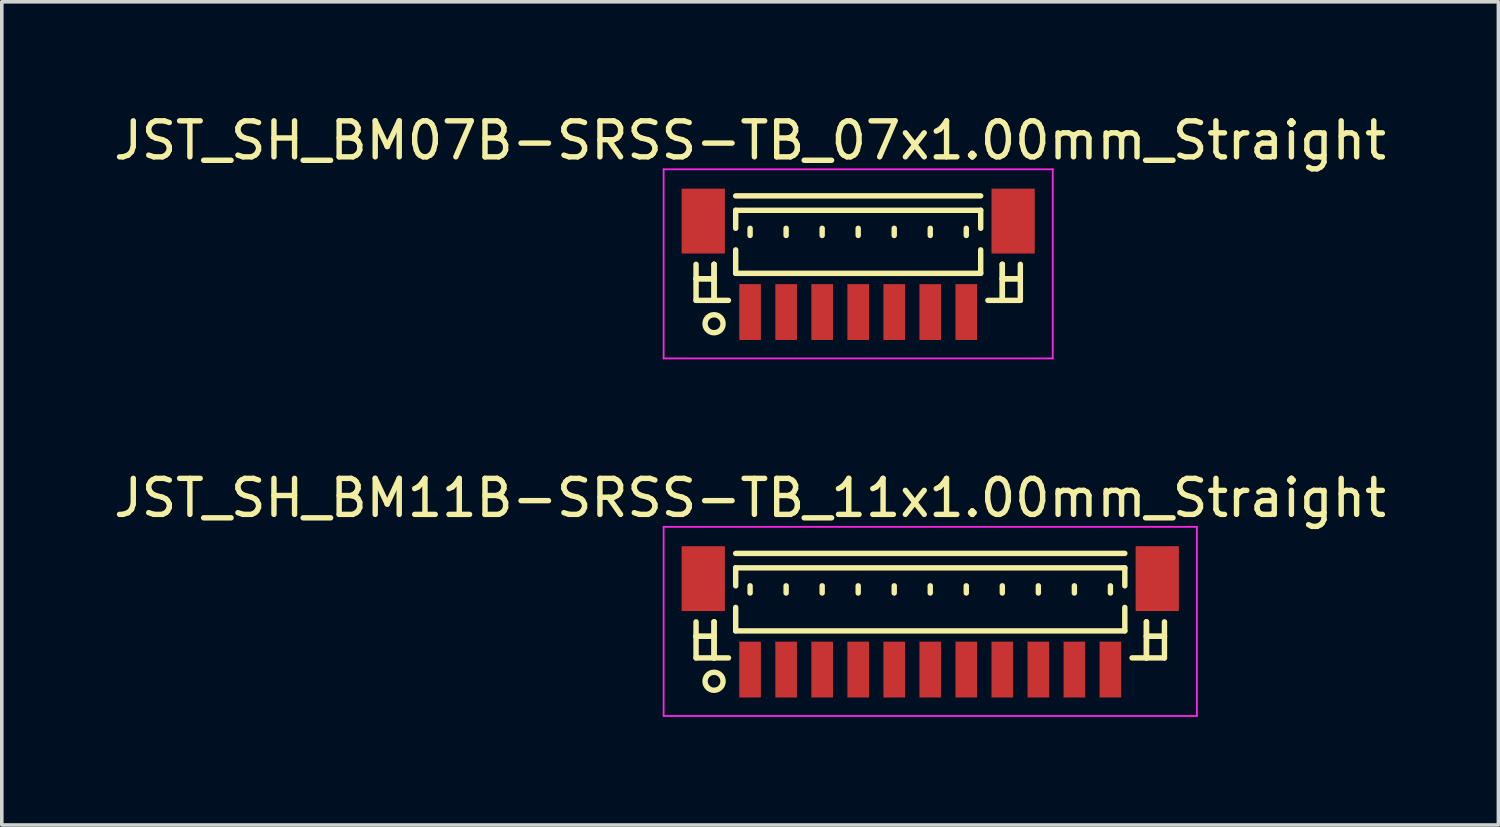
<source format=kicad_pcb>
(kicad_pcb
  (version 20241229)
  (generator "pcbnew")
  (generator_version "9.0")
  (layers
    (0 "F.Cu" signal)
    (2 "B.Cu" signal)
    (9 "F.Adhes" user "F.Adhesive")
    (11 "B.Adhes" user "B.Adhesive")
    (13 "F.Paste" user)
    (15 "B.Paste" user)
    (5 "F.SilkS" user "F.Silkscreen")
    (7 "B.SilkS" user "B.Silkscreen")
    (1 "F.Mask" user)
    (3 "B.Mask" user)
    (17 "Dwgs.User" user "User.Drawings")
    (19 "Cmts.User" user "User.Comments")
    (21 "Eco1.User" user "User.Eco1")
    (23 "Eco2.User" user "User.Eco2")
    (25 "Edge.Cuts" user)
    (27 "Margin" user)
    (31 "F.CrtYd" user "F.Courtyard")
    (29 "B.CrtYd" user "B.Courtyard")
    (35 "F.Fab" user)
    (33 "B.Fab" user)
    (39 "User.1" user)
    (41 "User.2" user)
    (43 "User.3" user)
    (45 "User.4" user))
  (footprint "JST_SH_BM11B-SRSS-TB_11x1.00mm_Straight"
    (layer "F.Cu")
    (at 22.768 14.271)
    (property "Reference" "JST_SH_BM11B-SRSS-TB_11x1.00mm_Straight" (at -5 -3.5 0) (layer "F.SilkS") (effects (font (size 1 1) (thickness 0.15))))
    (attr smd)
    (fp_line (start -6.5 -0.062) (end -6.5 0.938) (stroke (width 0.15) (type solid)) (layer "F.SilkS"))
    (fp_line (start -6.5 0.338) (end -6.5 0.338) (stroke (width 0.15) (type solid)) (layer "F.SilkS"))
    (fp_line (start -6.5 0.338) (end -6 0.338) (stroke (width 0.15) (type solid)) (layer "F.SilkS"))
    (fp_line (start -6.5 0.938) (end -5.6 0.938) (stroke (width 0.15) (type solid)) (layer "F.SilkS"))
    (fp_line (start -6 -0.062) (end -6 -0.062) (stroke (width 0.15) (type solid)) (layer "F.SilkS"))
    (fp_line (start -6 -0.062) (end -6 0.938) (stroke (width 0.15) (type solid)) (layer "F.SilkS"))
    (fp_line (start -6 0.338) (end -6.5 0.338) (stroke (width 0.15) (type solid)) (layer "F.SilkS"))
    (fp_line (start -6 0.338) (end -6 0.338) (stroke (width 0.15) (type solid)) (layer "F.SilkS"))
    (fp_line (start -6 0.938) (end -6 -0.062) (stroke (width 0.15) (type solid)) (layer "F.SilkS"))
    (fp_line (start -6 0.938) (end -6 0.938) (stroke (width 0.15) (type solid)) (layer "F.SilkS"))
    (fp_line (start -5.4 -1.962) (end 5.4 -1.962) (stroke (width 0.15) (type solid)) (layer "F.SilkS"))
    (fp_line (start -5.4 -1.562) (end 5.4 -1.562) (stroke (width 0.15) (type solid)) (layer "F.SilkS"))
    (fp_line (start -5.4 -1.062) (end -5.4 -1.562) (stroke (width 0.15) (type solid)) (layer "F.SilkS"))
    (fp_line (start -5.4 -0.463) (end -5.4 0.188) (stroke (width 0.15) (type solid)) (layer "F.SilkS"))
    (fp_line (start -5.4 0.188) (end 5.4 0.188) (stroke (width 0.15) (type solid)) (layer "F.SilkS"))
    (fp_line (start -5 -1.062) (end -5 -0.863) (stroke (width 0.15) (type solid)) (layer "F.SilkS"))
    (fp_line (start -4 -1.062) (end -4 -0.863) (stroke (width 0.15) (type solid)) (layer "F.SilkS"))
    (fp_line (start -3 -1.062) (end -3 -0.863) (stroke (width 0.15) (type solid)) (layer "F.SilkS"))
    (fp_line (start -2 -1.062) (end -2 -0.863) (stroke (width 0.15) (type solid)) (layer "F.SilkS"))
    (fp_line (start -1 -1.062) (end -1 -0.863) (stroke (width 0.15) (type solid)) (layer "F.SilkS"))
    (fp_line (start 0 -1.062) (end 0 -0.863) (stroke (width 0.15) (type solid)) (layer "F.SilkS"))
    (fp_line (start 1 -1.062) (end 1 -0.863) (stroke (width 0.15) (type solid)) (layer "F.SilkS"))
    (fp_line (start 2 -1.062) (end 2 -0.863) (stroke (width 0.15) (type solid)) (layer "F.SilkS"))
    (fp_line (start 3 -1.062) (end 3 -0.863) (stroke (width 0.15) (type solid)) (layer "F.SilkS"))
    (fp_line (start 4 -1.062) (end 4 -0.863) (stroke (width 0.15) (type solid)) (layer "F.SilkS"))
    (fp_line (start 5 -1.062) (end 5 -0.863) (stroke (width 0.15) (type solid)) (layer "F.SilkS"))
    (fp_line (start 5.4 -1.562) (end 5.4 -1.062) (stroke (width 0.15) (type solid)) (layer "F.SilkS"))
    (fp_line (start 5.4 0.188) (end 5.4 -0.463) (stroke (width 0.15) (type solid)) (layer "F.SilkS"))
    (fp_line (start 6 -0.062) (end 6 -0.062) (stroke (width 0.15) (type solid)) (layer "F.SilkS"))
    (fp_line (start 6 -0.062) (end 6 0.938) (stroke (width 0.15) (type solid)) (layer "F.SilkS"))
    (fp_line (start 6 0.338) (end 6 0.338) (stroke (width 0.15) (type solid)) (layer "F.SilkS"))
    (fp_line (start 6 0.338) (end 6.5 0.338) (stroke (width 0.15) (type solid)) (layer "F.SilkS"))
    (fp_line (start 6 0.938) (end 6 -0.062) (stroke (width 0.15) (type solid)) (layer "F.SilkS"))
    (fp_line (start 6 0.938) (end 6 0.938) (stroke (width 0.15) (type solid)) (layer "F.SilkS"))
    (fp_line (start 6.5 -0.062) (end 6.5 0.938) (stroke (width 0.15) (type solid)) (layer "F.SilkS"))
    (fp_line (start 6.5 0.338) (end 6 0.338) (stroke (width 0.15) (type solid)) (layer "F.SilkS"))
    (fp_line (start 6.5 0.338) (end 6.5 0.338) (stroke (width 0.15) (type solid)) (layer "F.SilkS"))
    (fp_line (start 6.5 0.938) (end 5.6 0.938) (stroke (width 0.15) (type solid)) (layer "F.SilkS"))
    (fp_circle (center -6 1.587) (end -5.75 1.587) (stroke (width 0.15) (type solid)) (fill no) (layer "F.SilkS"))
    (fp_line (start -7.4 -2.7) (end 7.4 -2.7) (stroke (width 0.05) (type solid)) (layer "F.CrtYd"))
    (fp_line (start -7.4 2.55) (end -7.4 -2.7) (stroke (width 0.05) (type solid)) (layer "F.CrtYd"))
    (fp_line (start 7.4 -2.7) (end 7.4 2.55) (stroke (width 0.05) (type solid)) (layer "F.CrtYd"))
    (fp_line (start 7.4 2.55) (end -7.4 2.55) (stroke (width 0.05) (type solid)) (layer "F.CrtYd"))
    (pad "" smd rect (at -6.3 -1.262) (size 1.2 1.8) (layers "F.Cu" "F.Mask" "F.Paste"))
    (pad "" smd rect (at 6.3 -1.262) (size 1.2 1.8) (layers "F.Cu" "F.Mask" "F.Paste"))
    (pad "1" smd rect (at -5 1.262) (size 0.6 1.55) (layers "F.Cu" "F.Mask" "F.Paste"))
    (pad "2" smd rect (at -4 1.262) (size 0.6 1.55) (layers "F.Cu" "F.Mask" "F.Paste"))
    (pad "3" smd rect (at -3 1.262) (size 0.6 1.55) (layers "F.Cu" "F.Mask" "F.Paste"))
    (pad "4" smd rect (at -2 1.262) (size 0.6 1.55) (layers "F.Cu" "F.Mask" "F.Paste"))
    (pad "5" smd rect (at -1 1.262) (size 0.6 1.55) (layers "F.Cu" "F.Mask" "F.Paste"))
    (pad "6" smd rect (at 0 1.262) (size 0.6 1.55) (layers "F.Cu" "F.Mask" "F.Paste"))
    (pad "7" smd rect (at 1 1.262) (size 0.6 1.55) (layers "F.Cu" "F.Mask" "F.Paste"))
    (pad "8" smd rect (at 2 1.262) (size 0.6 1.55) (layers "F.Cu" "F.Mask" "F.Paste"))
    (pad "9" smd rect (at 3 1.262) (size 0.6 1.55) (layers "F.Cu" "F.Mask" "F.Paste"))
    (pad "10" smd rect (at 4 1.262) (size 0.6 1.55) (layers "F.Cu" "F.Mask" "F.Paste"))
    (pad "11" smd rect (at 5 1.262) (size 0.6 1.55) (layers "F.Cu" "F.Mask" "F.Paste")))
  (footprint "JST_SH_BM07B-SRSS-TB_07x1.00mm_Straight"
    (layer "F.Cu")
    (at 20.768 4.348)
    (property "Reference" "JST_SH_BM07B-SRSS-TB_07x1.00mm_Straight" (at -3 -3.5 0) (layer "F.SilkS") (effects (font (size 1 1) (thickness 0.15))))
    (attr smd)
    (fp_line (start -4.5 -0.062) (end -4.5 0.938) (stroke (width 0.15) (type solid)) (layer "F.SilkS"))
    (fp_line (start -4.5 0.338) (end -4.5 0.338) (stroke (width 0.15) (type solid)) (layer "F.SilkS"))
    (fp_line (start -4.5 0.338) (end -4 0.338) (stroke (width 0.15) (type solid)) (layer "F.SilkS"))
    (fp_line (start -4.5 0.938) (end -3.6 0.938) (stroke (width 0.15) (type solid)) (layer "F.SilkS"))
    (fp_line (start -4 -0.062) (end -4 -0.062) (stroke (width 0.15) (type solid)) (layer "F.SilkS"))
    (fp_line (start -4 -0.062) (end -4 0.938) (stroke (width 0.15) (type solid)) (layer "F.SilkS"))
    (fp_line (start -4 0.338) (end -4.5 0.338) (stroke (width 0.15) (type solid)) (layer "F.SilkS"))
    (fp_line (start -4 0.338) (end -4 0.338) (stroke (width 0.15) (type solid)) (layer "F.SilkS"))
    (fp_line (start -4 0.938) (end -4 -0.062) (stroke (width 0.15) (type solid)) (layer "F.SilkS"))
    (fp_line (start -4 0.938) (end -4 0.938) (stroke (width 0.15) (type solid)) (layer "F.SilkS"))
    (fp_line (start -3.4 -1.962) (end 3.4 -1.962) (stroke (width 0.15) (type solid)) (layer "F.SilkS"))
    (fp_line (start -3.4 -1.562) (end 3.4 -1.562) (stroke (width 0.15) (type solid)) (layer "F.SilkS"))
    (fp_line (start -3.4 -1.062) (end -3.4 -1.562) (stroke (width 0.15) (type solid)) (layer "F.SilkS"))
    (fp_line (start -3.4 -0.463) (end -3.4 0.188) (stroke (width 0.15) (type solid)) (layer "F.SilkS"))
    (fp_line (start -3.4 0.188) (end 3.4 0.188) (stroke (width 0.15) (type solid)) (layer "F.SilkS"))
    (fp_line (start -3 -1.062) (end -3 -0.863) (stroke (width 0.15) (type solid)) (layer "F.SilkS"))
    (fp_line (start -2 -1.062) (end -2 -0.863) (stroke (width 0.15) (type solid)) (layer "F.SilkS"))
    (fp_line (start -1 -1.062) (end -1 -0.863) (stroke (width 0.15) (type solid)) (layer "F.SilkS"))
    (fp_line (start 0 -1.062) (end 0 -0.863) (stroke (width 0.15) (type solid)) (layer "F.SilkS"))
    (fp_line (start 1 -1.062) (end 1 -0.863) (stroke (width 0.15) (type solid)) (layer "F.SilkS"))
    (fp_line (start 2 -1.062) (end 2 -0.863) (stroke (width 0.15) (type solid)) (layer "F.SilkS"))
    (fp_line (start 3 -1.062) (end 3 -0.863) (stroke (width 0.15) (type solid)) (layer "F.SilkS"))
    (fp_line (start 3.4 -1.562) (end 3.4 -1.062) (stroke (width 0.15) (type solid)) (layer "F.SilkS"))
    (fp_line (start 3.4 0.188) (end 3.4 -0.463) (stroke (width 0.15) (type solid)) (layer "F.SilkS"))
    (fp_line (start 4 -0.062) (end 4 -0.062) (stroke (width 0.15) (type solid)) (layer "F.SilkS"))
    (fp_line (start 4 -0.062) (end 4 0.938) (stroke (width 0.15) (type solid)) (layer "F.SilkS"))
    (fp_line (start 4 0.338) (end 4 0.338) (stroke (width 0.15) (type solid)) (layer "F.SilkS"))
    (fp_line (start 4 0.338) (end 4.5 0.338) (stroke (width 0.15) (type solid)) (layer "F.SilkS"))
    (fp_line (start 4 0.938) (end 4 -0.062) (stroke (width 0.15) (type solid)) (layer "F.SilkS"))
    (fp_line (start 4 0.938) (end 4 0.938) (stroke (width 0.15) (type solid)) (layer "F.SilkS"))
    (fp_line (start 4.5 -0.062) (end 4.5 0.938) (stroke (width 0.15) (type solid)) (layer "F.SilkS"))
    (fp_line (start 4.5 0.338) (end 4 0.338) (stroke (width 0.15) (type solid)) (layer "F.SilkS"))
    (fp_line (start 4.5 0.338) (end 4.5 0.338) (stroke (width 0.15) (type solid)) (layer "F.SilkS"))
    (fp_line (start 4.5 0.938) (end 3.6 0.938) (stroke (width 0.15) (type solid)) (layer "F.SilkS"))
    (fp_circle (center -4 1.587) (end -3.75 1.587) (stroke (width 0.15) (type solid)) (fill no) (layer "F.SilkS"))
    (fp_line (start -5.4 -2.7) (end 5.4 -2.7) (stroke (width 0.05) (type solid)) (layer "F.CrtYd"))
    (fp_line (start -5.4 2.55) (end -5.4 -2.7) (stroke (width 0.05) (type solid)) (layer "F.CrtYd"))
    (fp_line (start 5.4 -2.7) (end 5.4 2.55) (stroke (width 0.05) (type solid)) (layer "F.CrtYd"))
    (fp_line (start 5.4 2.55) (end -5.4 2.55) (stroke (width 0.05) (type solid)) (layer "F.CrtYd"))
    (pad "" smd rect (at -4.3 -1.262) (size 1.2 1.8) (layers "F.Cu" "F.Mask" "F.Paste"))
    (pad "" smd rect (at 4.3 -1.262) (size 1.2 1.8) (layers "F.Cu" "F.Mask" "F.Paste"))
    (pad "1" smd rect (at -3 1.262) (size 0.6 1.55) (layers "F.Cu" "F.Mask" "F.Paste"))
    (pad "2" smd rect (at -2 1.262) (size 0.6 1.55) (layers "F.Cu" "F.Mask" "F.Paste"))
    (pad "3" smd rect (at -1 1.262) (size 0.6 1.55) (layers "F.Cu" "F.Mask" "F.Paste"))
    (pad "4" smd rect (at 0 1.262) (size 0.6 1.55) (layers "F.Cu" "F.Mask" "F.Paste"))
    (pad "5" smd rect (at 1 1.262) (size 0.6 1.55) (layers "F.Cu" "F.Mask" "F.Paste"))
    (pad "6" smd rect (at 2 1.262) (size 0.6 1.55) (layers "F.Cu" "F.Mask" "F.Paste"))
    (pad "7" smd rect (at 3 1.262) (size 0.6 1.55) (layers "F.Cu" "F.Mask" "F.Paste")))
  (gr_rect
    (start -3 -3)
    (end 38.536 19.846)
    (stroke (width 0.1) (type default))
    (fill no)
    (layer "Edge.Cuts")))
</source>
